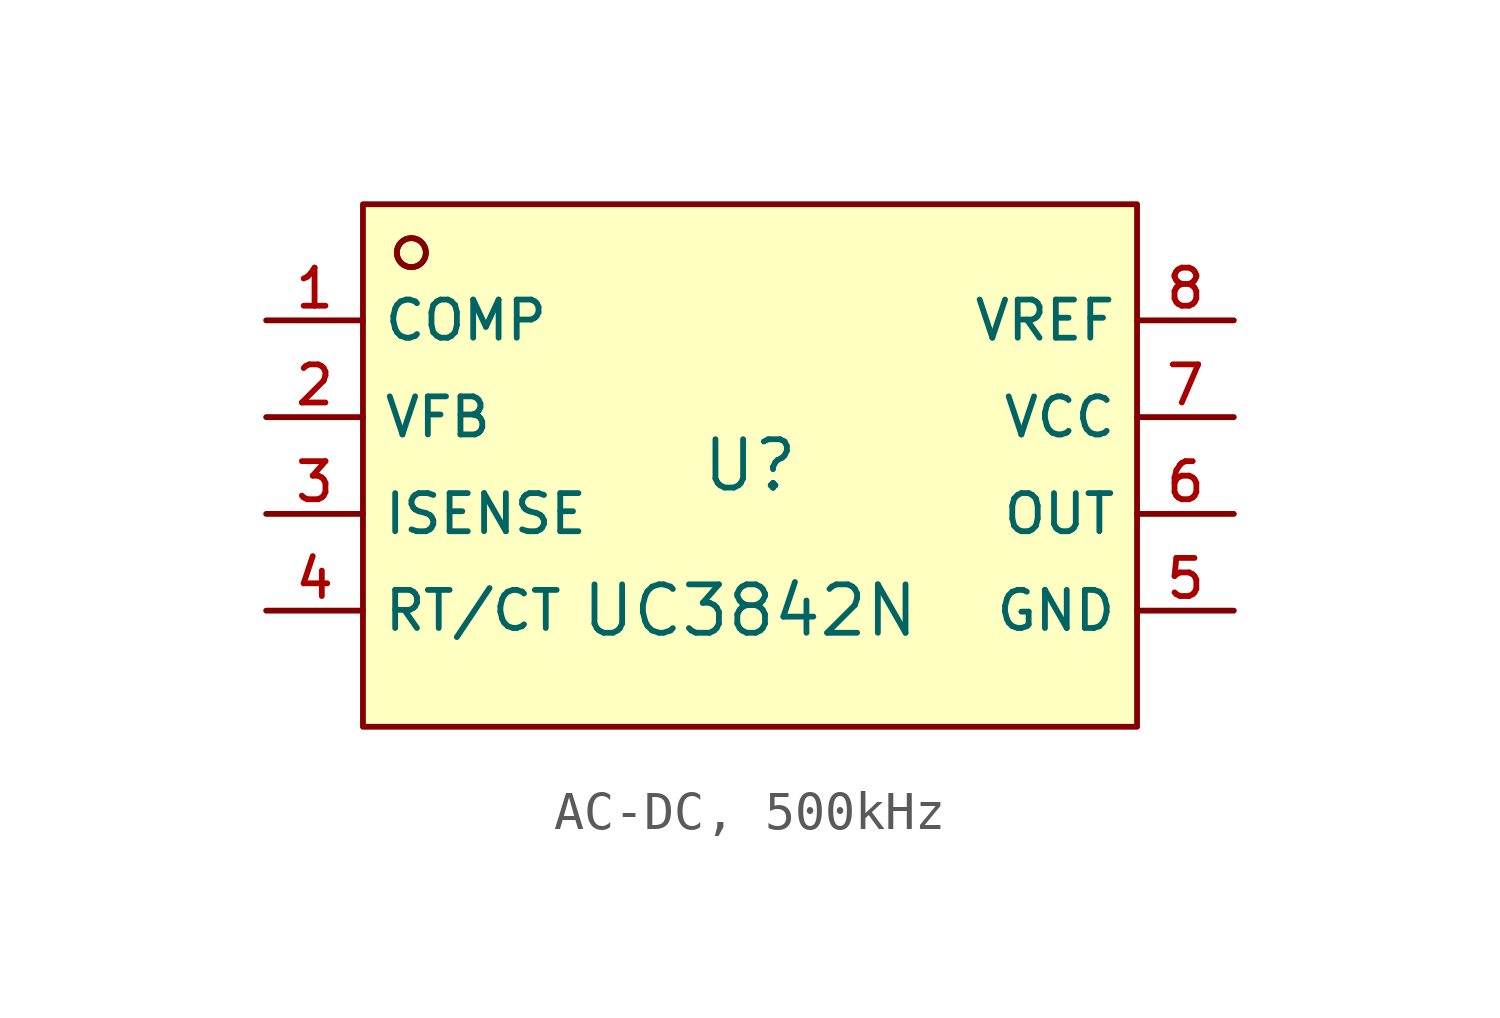
<source format=kicad_sym>
(kicad_symbol_lib
  (version 20231120)
  (generator "CDFER_Archive_Tool")
  (generator_version "0.0")
  (symbol "AC-DC, 500kHz"
    (property "Reference" "U"
      (at 0 1.27 0)
      (effects (font (size 1.27 1.27))))
    (property "Value" "UC3842N"
      (at 0 -2.54 0)
      (effects (font (size 1.27 1.27))))
    (symbol "AC-DC, 500kHz_0_1"
      (rectangle (start -10.16 8.128) (end 10.16 -5.588) (stroke (width 0) (type default)) (fill (type background)))
      (circle (center -8.89 6.858) (radius 0.381) (stroke (width 0) (type default)) (fill (type background)))
      (circle (center -8.89 6.858) (radius 0.381) (stroke (width 0) (type default)) (fill (type background)))
      (pin unspecified line (at -12.7 5.08 0) (length 2.54) (name "COMP" (effects (font (size 1 1)))) (number "1" (effects (font (size 1 1)))))
      (pin unspecified line (at -12.7 2.54 0) (length 2.54) (name "VFB" (effects (font (size 1 1)))) (number "2" (effects (font (size 1 1)))))
      (pin unspecified line (at -12.7 0 0) (length 2.54) (name "ISENSE" (effects (font (size 1 1)))) (number "3" (effects (font (size 1 1)))))
      (pin unspecified line (at -12.7 -2.54 0) (length 2.54) (name "RT/CT" (effects (font (size 1 1)))) (number "4" (effects (font (size 1 1)))))
      (pin unspecified line (at 12.7 -2.54 180) (length 2.54) (name "GND" (effects (font (size 1 1)))) (number "5" (effects (font (size 1 1)))))
      (pin unspecified line (at 12.7 0 180) (length 2.54) (name "OUT" (effects (font (size 1 1)))) (number "6" (effects (font (size 1 1)))))
      (pin unspecified line (at 12.7 2.54 180) (length 2.54) (name "VCC" (effects (font (size 1 1)))) (number "7" (effects (font (size 1 1)))))
      (pin unspecified line (at 12.7 5.08 180) (length 2.54) (name "VREF" (effects (font (size 1 1)))) (number "8" (effects (font (size 1 1))))))))
</source>
